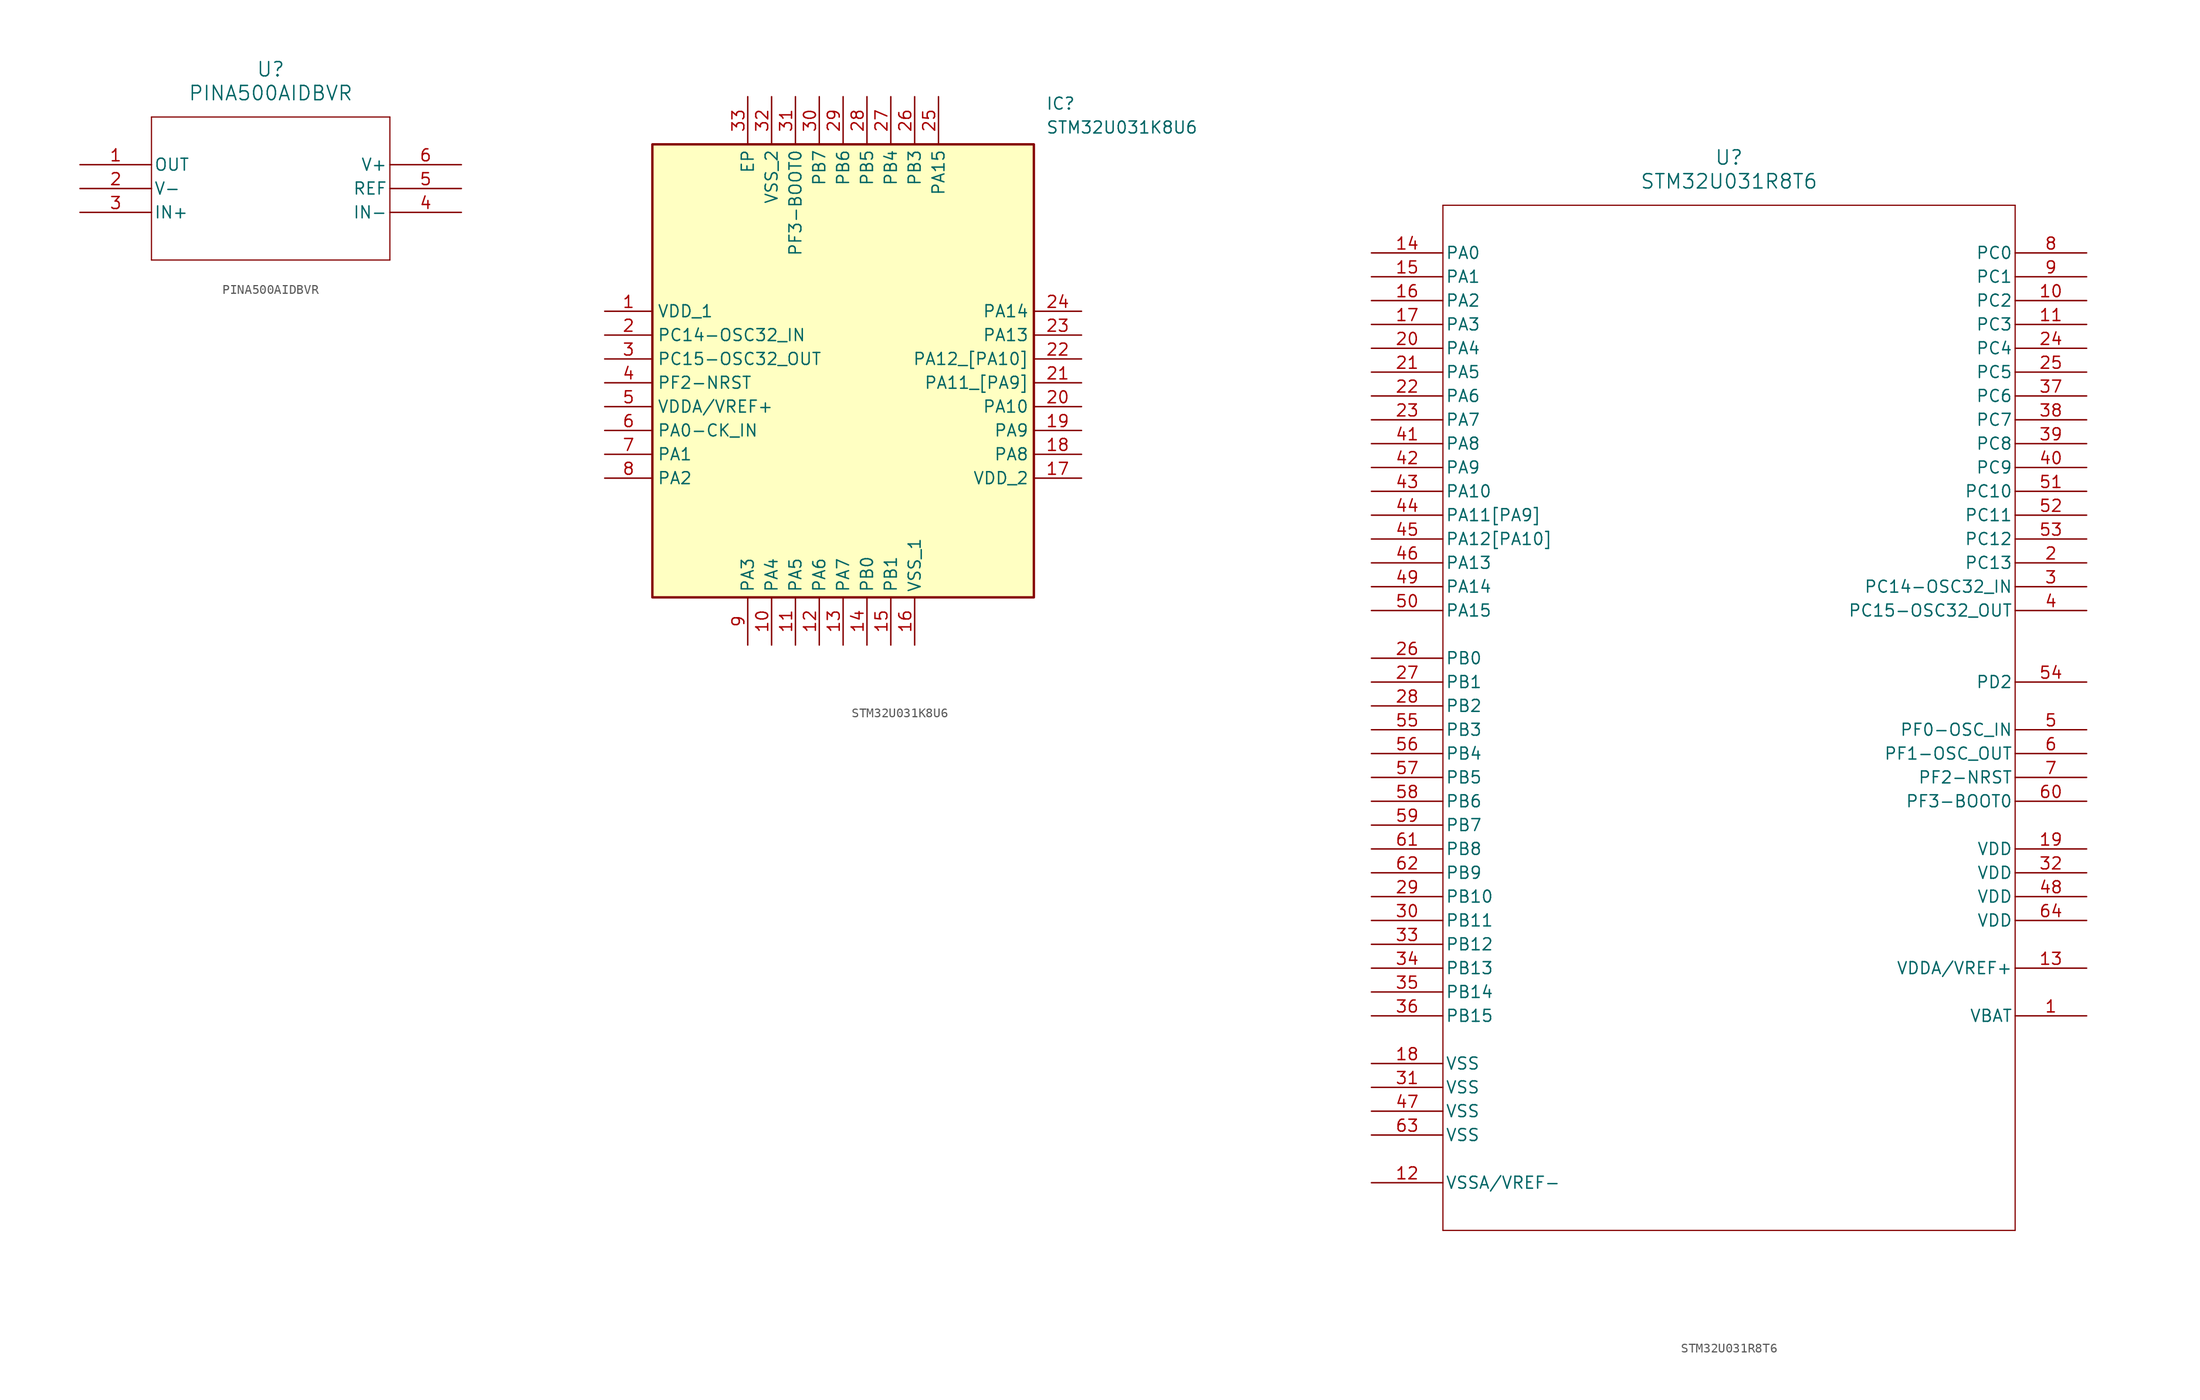
<source format=kicad_sym>
(kicad_symbol_lib
  (version 20231120)
  (generator "kicad_symbol_editor")
  (generator_version "8.0")
  (symbol "PINA500AIDBVR"
    (pin_names
      (offset 0.254))
    (property "Reference" "U"
      (at 20.32 10.16 0)
      (effects (font (size 1.524 1.524))))
    (property "Value" "PINA500AIDBVR"
      (at 20.32 7.62 0)
      (effects (font (size 1.524 1.524))))
    (property "ki_locked" ""
      (at 0 0 0)
      (effects (font (size 1.27 1.27))))
    (symbol "PINA500AIDBVR_0_1"
      (polyline (pts (xy 7.62 -10.16) (xy 33.02 -10.16)) (stroke (width 0.127) (type default)) (fill (type none)))
      (polyline (pts (xy 7.62 5.08) (xy 7.62 -10.16)) (stroke (width 0.127) (type default)) (fill (type none)))
      (polyline (pts (xy 33.02 -10.16) (xy 33.02 5.08)) (stroke (width 0.127) (type default)) (fill (type none)))
      (polyline (pts (xy 33.02 5.08) (xy 7.62 5.08)) (stroke (width 0.127) (type default)) (fill (type none)))
      (pin output line (at 0 0 0) (length 7.62) (name "OUT" (effects (font (size 1.27 1.27)))) (number "1" (effects (font (size 1.27 1.27)))))
      (pin power_in line (at 0 -2.54 0) (length 7.62) (name "V-" (effects (font (size 1.27 1.27)))) (number "2" (effects (font (size 1.27 1.27)))))
      (pin input line (at 0 -5.08 0) (length 7.62) (name "IN+" (effects (font (size 1.27 1.27)))) (number "3" (effects (font (size 1.27 1.27)))))
      (pin input line (at 40.64 -5.08 180) (length 7.62) (name "IN-" (effects (font (size 1.27 1.27)))) (number "4" (effects (font (size 1.27 1.27)))))
      (pin input line (at 40.64 -2.54 180) (length 7.62) (name "REF" (effects (font (size 1.27 1.27)))) (number "5" (effects (font (size 1.27 1.27)))))
      (pin power_in line (at 40.64 0 180) (length 7.62) (name "V+" (effects (font (size 1.27 1.27)))) (number "6" (effects (font (size 1.27 1.27)))))))
  (symbol "STM32U031K8U6"
    (property "Reference" "IC"
      (at 46.99 22.86 0)
      (effects (font (size 1.27 1.27)) (justify left top)))
    (property "Value" "STM32U031K8U6"
      (at 46.99 20.32 0)
      (effects (font (size 1.27 1.27)) (justify left top)))
    (symbol "STM32U031K8U6_1_1"
      (rectangle (start 5.08 17.78) (end 45.72 -30.48) (stroke (width 0.254) (type default)) (fill (type background)))
      (pin passive line (at 0 0 0) (length 5.08) (name "VDD_1" (effects (font (size 1.27 1.27)))) (number "1" (effects (font (size 1.27 1.27)))))
      (pin passive line (at 17.78 -35.56 90) (length 5.08) (name "PA4" (effects (font (size 1.27 1.27)))) (number "10" (effects (font (size 1.27 1.27)))))
      (pin passive line (at 20.32 -35.56 90) (length 5.08) (name "PA5" (effects (font (size 1.27 1.27)))) (number "11" (effects (font (size 1.27 1.27)))))
      (pin passive line (at 22.86 -35.56 90) (length 5.08) (name "PA6" (effects (font (size 1.27 1.27)))) (number "12" (effects (font (size 1.27 1.27)))))
      (pin passive line (at 25.4 -35.56 90) (length 5.08) (name "PA7" (effects (font (size 1.27 1.27)))) (number "13" (effects (font (size 1.27 1.27)))))
      (pin passive line (at 27.94 -35.56 90) (length 5.08) (name "PB0" (effects (font (size 1.27 1.27)))) (number "14" (effects (font (size 1.27 1.27)))))
      (pin passive line (at 30.48 -35.56 90) (length 5.08) (name "PB1" (effects (font (size 1.27 1.27)))) (number "15" (effects (font (size 1.27 1.27)))))
      (pin passive line (at 33.02 -35.56 90) (length 5.08) (name "VSS_1" (effects (font (size 1.27 1.27)))) (number "16" (effects (font (size 1.27 1.27)))))
      (pin passive line (at 50.8 -17.78 180) (length 5.08) (name "VDD_2" (effects (font (size 1.27 1.27)))) (number "17" (effects (font (size 1.27 1.27)))))
      (pin passive line (at 50.8 -15.24 180) (length 5.08) (name "PA8" (effects (font (size 1.27 1.27)))) (number "18" (effects (font (size 1.27 1.27)))))
      (pin passive line (at 50.8 -12.7 180) (length 5.08) (name "PA9" (effects (font (size 1.27 1.27)))) (number "19" (effects (font (size 1.27 1.27)))))
      (pin passive line (at 0 -2.54 0) (length 5.08) (name "PC14-OSC32_IN" (effects (font (size 1.27 1.27)))) (number "2" (effects (font (size 1.27 1.27)))))
      (pin passive line (at 50.8 -10.16 180) (length 5.08) (name "PA10" (effects (font (size 1.27 1.27)))) (number "20" (effects (font (size 1.27 1.27)))))
      (pin passive line (at 50.8 -7.62 180) (length 5.08) (name "PA11_[PA9]" (effects (font (size 1.27 1.27)))) (number "21" (effects (font (size 1.27 1.27)))))
      (pin passive line (at 50.8 -5.08 180) (length 5.08) (name "PA12_[PA10]" (effects (font (size 1.27 1.27)))) (number "22" (effects (font (size 1.27 1.27)))))
      (pin passive line (at 50.8 -2.54 180) (length 5.08) (name "PA13" (effects (font (size 1.27 1.27)))) (number "23" (effects (font (size 1.27 1.27)))))
      (pin passive line (at 50.8 0 180) (length 5.08) (name "PA14" (effects (font (size 1.27 1.27)))) (number "24" (effects (font (size 1.27 1.27)))))
      (pin passive line (at 35.56 22.86 270) (length 5.08) (name "PA15" (effects (font (size 1.27 1.27)))) (number "25" (effects (font (size 1.27 1.27)))))
      (pin passive line (at 33.02 22.86 270) (length 5.08) (name "PB3" (effects (font (size 1.27 1.27)))) (number "26" (effects (font (size 1.27 1.27)))))
      (pin passive line (at 30.48 22.86 270) (length 5.08) (name "PB4" (effects (font (size 1.27 1.27)))) (number "27" (effects (font (size 1.27 1.27)))))
      (pin passive line (at 27.94 22.86 270) (length 5.08) (name "PB5" (effects (font (size 1.27 1.27)))) (number "28" (effects (font (size 1.27 1.27)))))
      (pin passive line (at 25.4 22.86 270) (length 5.08) (name "PB6" (effects (font (size 1.27 1.27)))) (number "29" (effects (font (size 1.27 1.27)))))
      (pin passive line (at 0 -5.08 0) (length 5.08) (name "PC15-OSC32_OUT" (effects (font (size 1.27 1.27)))) (number "3" (effects (font (size 1.27 1.27)))))
      (pin passive line (at 22.86 22.86 270) (length 5.08) (name "PB7" (effects (font (size 1.27 1.27)))) (number "30" (effects (font (size 1.27 1.27)))))
      (pin passive line (at 20.32 22.86 270) (length 5.08) (name "PF3-BOOT0" (effects (font (size 1.27 1.27)))) (number "31" (effects (font (size 1.27 1.27)))))
      (pin passive line (at 17.78 22.86 270) (length 5.08) (name "VSS_2" (effects (font (size 1.27 1.27)))) (number "32" (effects (font (size 1.27 1.27)))))
      (pin passive line (at 15.24 22.86 270) (length 5.08) (name "EP" (effects (font (size 1.27 1.27)))) (number "33" (effects (font (size 1.27 1.27)))))
      (pin passive line (at 0 -7.62 0) (length 5.08) (name "PF2-NRST" (effects (font (size 1.27 1.27)))) (number "4" (effects (font (size 1.27 1.27)))))
      (pin passive line (at 0 -10.16 0) (length 5.08) (name "VDDA/VREF+" (effects (font (size 1.27 1.27)))) (number "5" (effects (font (size 1.27 1.27)))))
      (pin passive line (at 0 -12.7 0) (length 5.08) (name "PA0-CK_IN" (effects (font (size 1.27 1.27)))) (number "6" (effects (font (size 1.27 1.27)))))
      (pin passive line (at 0 -15.24 0) (length 5.08) (name "PA1" (effects (font (size 1.27 1.27)))) (number "7" (effects (font (size 1.27 1.27)))))
      (pin passive line (at 0 -17.78 0) (length 5.08) (name "PA2" (effects (font (size 1.27 1.27)))) (number "8" (effects (font (size 1.27 1.27)))))
      (pin passive line (at 15.24 -35.56 90) (length 5.08) (name "PA3" (effects (font (size 1.27 1.27)))) (number "9" (effects (font (size 1.27 1.27)))))))
  (symbol "STM32U031R8T6"
    (pin_names
      (offset 0.254))
    (property "Reference" "U"
      (at 38.1 10.16 0)
      (effects (font (size 1.524 1.524))))
    (property "Value" "STM32U031R8T6"
      (at 38.1 7.62 0)
      (effects (font (size 1.524 1.524))))
    (property "ki_locked" ""
      (at 0 0 0)
      (effects (font (size 1.27 1.27))))
    (symbol "STM32U031R8T6_0_1"
      (polyline (pts (xy 7.62 -104.14) (xy 68.58 -104.14)) (stroke (width 0.127) (type default)) (fill (type none)))
      (polyline (pts (xy 7.62 5.08) (xy 7.62 -104.14)) (stroke (width 0.127) (type default)) (fill (type none)))
      (polyline (pts (xy 68.58 -104.14) (xy 68.58 5.08)) (stroke (width 0.127) (type default)) (fill (type none)))
      (polyline (pts (xy 68.58 5.08) (xy 7.62 5.08)) (stroke (width 0.127) (type default)) (fill (type none)))
      (pin power_in line (at 76.2 -81.28 180) (length 7.62) (name "VBAT" (effects (font (size 1.27 1.27)))) (number "1" (effects (font (size 1.27 1.27)))))
      (pin bidirectional line (at 76.2 -5.08 180) (length 7.62) (name "PC2" (effects (font (size 1.27 1.27)))) (number "10" (effects (font (size 1.27 1.27)))))
      (pin bidirectional line (at 76.2 -7.62 180) (length 7.62) (name "PC3" (effects (font (size 1.27 1.27)))) (number "11" (effects (font (size 1.27 1.27)))))
      (pin power_in line (at 0 -99.06 0) (length 7.62) (name "VSSA/VREF-" (effects (font (size 1.27 1.27)))) (number "12" (effects (font (size 1.27 1.27)))))
      (pin power_in line (at 76.2 -76.2 180) (length 7.62) (name "VDDA/VREF+" (effects (font (size 1.27 1.27)))) (number "13" (effects (font (size 1.27 1.27)))))
      (pin bidirectional line (at 0 0 0) (length 7.62) (name "PA0" (effects (font (size 1.27 1.27)))) (number "14" (effects (font (size 1.27 1.27)))))
      (pin bidirectional line (at 0 -2.54 0) (length 7.62) (name "PA1" (effects (font (size 1.27 1.27)))) (number "15" (effects (font (size 1.27 1.27)))))
      (pin bidirectional line (at 0 -5.08 0) (length 7.62) (name "PA2" (effects (font (size 1.27 1.27)))) (number "16" (effects (font (size 1.27 1.27)))))
      (pin bidirectional line (at 0 -7.62 0) (length 7.62) (name "PA3" (effects (font (size 1.27 1.27)))) (number "17" (effects (font (size 1.27 1.27)))))
      (pin power_in line (at 0 -86.36 0) (length 7.62) (name "VSS" (effects (font (size 1.27 1.27)))) (number "18" (effects (font (size 1.27 1.27)))))
      (pin power_in line (at 76.2 -63.5 180) (length 7.62) (name "VDD" (effects (font (size 1.27 1.27)))) (number "19" (effects (font (size 1.27 1.27)))))
      (pin bidirectional line (at 76.2 -33.02 180) (length 7.62) (name "PC13" (effects (font (size 1.27 1.27)))) (number "2" (effects (font (size 1.27 1.27)))))
      (pin bidirectional line (at 0 -10.16 0) (length 7.62) (name "PA4" (effects (font (size 1.27 1.27)))) (number "20" (effects (font (size 1.27 1.27)))))
      (pin bidirectional line (at 0 -12.7 0) (length 7.62) (name "PA5" (effects (font (size 1.27 1.27)))) (number "21" (effects (font (size 1.27 1.27)))))
      (pin bidirectional line (at 0 -15.24 0) (length 7.62) (name "PA6" (effects (font (size 1.27 1.27)))) (number "22" (effects (font (size 1.27 1.27)))))
      (pin bidirectional line (at 0 -17.78 0) (length 7.62) (name "PA7" (effects (font (size 1.27 1.27)))) (number "23" (effects (font (size 1.27 1.27)))))
      (pin bidirectional line (at 76.2 -10.16 180) (length 7.62) (name "PC4" (effects (font (size 1.27 1.27)))) (number "24" (effects (font (size 1.27 1.27)))))
      (pin bidirectional line (at 76.2 -12.7 180) (length 7.62) (name "PC5" (effects (font (size 1.27 1.27)))) (number "25" (effects (font (size 1.27 1.27)))))
      (pin bidirectional line (at 0 -43.18 0) (length 7.62) (name "PB0" (effects (font (size 1.27 1.27)))) (number "26" (effects (font (size 1.27 1.27)))))
      (pin bidirectional line (at 0 -45.72 0) (length 7.62) (name "PB1" (effects (font (size 1.27 1.27)))) (number "27" (effects (font (size 1.27 1.27)))))
      (pin bidirectional line (at 0 -48.26 0) (length 7.62) (name "PB2" (effects (font (size 1.27 1.27)))) (number "28" (effects (font (size 1.27 1.27)))))
      (pin bidirectional line (at 0 -68.58 0) (length 7.62) (name "PB10" (effects (font (size 1.27 1.27)))) (number "29" (effects (font (size 1.27 1.27)))))
      (pin bidirectional line (at 76.2 -35.56 180) (length 7.62) (name "PC14-OSC32_IN" (effects (font (size 1.27 1.27)))) (number "3" (effects (font (size 1.27 1.27)))))
      (pin bidirectional line (at 0 -71.12 0) (length 7.62) (name "PB11" (effects (font (size 1.27 1.27)))) (number "30" (effects (font (size 1.27 1.27)))))
      (pin power_in line (at 0 -88.9 0) (length 7.62) (name "VSS" (effects (font (size 1.27 1.27)))) (number "31" (effects (font (size 1.27 1.27)))))
      (pin power_in line (at 76.2 -66.04 180) (length 7.62) (name "VDD" (effects (font (size 1.27 1.27)))) (number "32" (effects (font (size 1.27 1.27)))))
      (pin bidirectional line (at 0 -73.66 0) (length 7.62) (name "PB12" (effects (font (size 1.27 1.27)))) (number "33" (effects (font (size 1.27 1.27)))))
      (pin bidirectional line (at 0 -76.2 0) (length 7.62) (name "PB13" (effects (font (size 1.27 1.27)))) (number "34" (effects (font (size 1.27 1.27)))))
      (pin bidirectional line (at 0 -78.74 0) (length 7.62) (name "PB14" (effects (font (size 1.27 1.27)))) (number "35" (effects (font (size 1.27 1.27)))))
      (pin bidirectional line (at 0 -81.28 0) (length 7.62) (name "PB15" (effects (font (size 1.27 1.27)))) (number "36" (effects (font (size 1.27 1.27)))))
      (pin bidirectional line (at 76.2 -15.24 180) (length 7.62) (name "PC6" (effects (font (size 1.27 1.27)))) (number "37" (effects (font (size 1.27 1.27)))))
      (pin bidirectional line (at 76.2 -17.78 180) (length 7.62) (name "PC7" (effects (font (size 1.27 1.27)))) (number "38" (effects (font (size 1.27 1.27)))))
      (pin bidirectional line (at 76.2 -20.32 180) (length 7.62) (name "PC8" (effects (font (size 1.27 1.27)))) (number "39" (effects (font (size 1.27 1.27)))))
      (pin bidirectional line (at 76.2 -38.1 180) (length 7.62) (name "PC15-OSC32_OUT" (effects (font (size 1.27 1.27)))) (number "4" (effects (font (size 1.27 1.27)))))
      (pin bidirectional line (at 76.2 -22.86 180) (length 7.62) (name "PC9" (effects (font (size 1.27 1.27)))) (number "40" (effects (font (size 1.27 1.27)))))
      (pin bidirectional line (at 0 -20.32 0) (length 7.62) (name "PA8" (effects (font (size 1.27 1.27)))) (number "41" (effects (font (size 1.27 1.27)))))
      (pin bidirectional line (at 0 -22.86 0) (length 7.62) (name "PA9" (effects (font (size 1.27 1.27)))) (number "42" (effects (font (size 1.27 1.27)))))
      (pin bidirectional line (at 0 -25.4 0) (length 7.62) (name "PA10" (effects (font (size 1.27 1.27)))) (number "43" (effects (font (size 1.27 1.27)))))
      (pin bidirectional line (at 0 -27.94 0) (length 7.62) (name "PA11[PA9]" (effects (font (size 1.27 1.27)))) (number "44" (effects (font (size 1.27 1.27)))))
      (pin bidirectional line (at 0 -30.48 0) (length 7.62) (name "PA12[PA10]" (effects (font (size 1.27 1.27)))) (number "45" (effects (font (size 1.27 1.27)))))
      (pin bidirectional line (at 0 -33.02 0) (length 7.62) (name "PA13" (effects (font (size 1.27 1.27)))) (number "46" (effects (font (size 1.27 1.27)))))
      (pin power_in line (at 0 -91.44 0) (length 7.62) (name "VSS" (effects (font (size 1.27 1.27)))) (number "47" (effects (font (size 1.27 1.27)))))
      (pin power_in line (at 76.2 -68.58 180) (length 7.62) (name "VDD" (effects (font (size 1.27 1.27)))) (number "48" (effects (font (size 1.27 1.27)))))
      (pin bidirectional line (at 0 -35.56 0) (length 7.62) (name "PA14" (effects (font (size 1.27 1.27)))) (number "49" (effects (font (size 1.27 1.27)))))
      (pin bidirectional line (at 76.2 -50.8 180) (length 7.62) (name "PF0-OSC_IN" (effects (font (size 1.27 1.27)))) (number "5" (effects (font (size 1.27 1.27)))))
      (pin bidirectional line (at 0 -38.1 0) (length 7.62) (name "PA15" (effects (font (size 1.27 1.27)))) (number "50" (effects (font (size 1.27 1.27)))))
      (pin bidirectional line (at 76.2 -25.4 180) (length 7.62) (name "PC10" (effects (font (size 1.27 1.27)))) (number "51" (effects (font (size 1.27 1.27)))))
      (pin bidirectional line (at 76.2 -27.94 180) (length 7.62) (name "PC11" (effects (font (size 1.27 1.27)))) (number "52" (effects (font (size 1.27 1.27)))))
      (pin bidirectional line (at 76.2 -30.48 180) (length 7.62) (name "PC12" (effects (font (size 1.27 1.27)))) (number "53" (effects (font (size 1.27 1.27)))))
      (pin bidirectional line (at 76.2 -45.72 180) (length 7.62) (name "PD2" (effects (font (size 1.27 1.27)))) (number "54" (effects (font (size 1.27 1.27)))))
      (pin bidirectional line (at 0 -50.8 0) (length 7.62) (name "PB3" (effects (font (size 1.27 1.27)))) (number "55" (effects (font (size 1.27 1.27)))))
      (pin bidirectional line (at 0 -53.34 0) (length 7.62) (name "PB4" (effects (font (size 1.27 1.27)))) (number "56" (effects (font (size 1.27 1.27)))))
      (pin bidirectional line (at 0 -55.88 0) (length 7.62) (name "PB5" (effects (font (size 1.27 1.27)))) (number "57" (effects (font (size 1.27 1.27)))))
      (pin bidirectional line (at 0 -58.42 0) (length 7.62) (name "PB6" (effects (font (size 1.27 1.27)))) (number "58" (effects (font (size 1.27 1.27)))))
      (pin bidirectional line (at 0 -60.96 0) (length 7.62) (name "PB7" (effects (font (size 1.27 1.27)))) (number "59" (effects (font (size 1.27 1.27)))))
      (pin bidirectional line (at 76.2 -53.34 180) (length 7.62) (name "PF1-OSC_OUT" (effects (font (size 1.27 1.27)))) (number "6" (effects (font (size 1.27 1.27)))))
      (pin bidirectional line (at 76.2 -58.42 180) (length 7.62) (name "PF3-BOOT0" (effects (font (size 1.27 1.27)))) (number "60" (effects (font (size 1.27 1.27)))))
      (pin bidirectional line (at 0 -63.5 0) (length 7.62) (name "PB8" (effects (font (size 1.27 1.27)))) (number "61" (effects (font (size 1.27 1.27)))))
      (pin bidirectional line (at 0 -66.04 0) (length 7.62) (name "PB9" (effects (font (size 1.27 1.27)))) (number "62" (effects (font (size 1.27 1.27)))))
      (pin power_in line (at 0 -93.98 0) (length 7.62) (name "VSS" (effects (font (size 1.27 1.27)))) (number "63" (effects (font (size 1.27 1.27)))))
      (pin power_in line (at 76.2 -71.12 180) (length 7.62) (name "VDD" (effects (font (size 1.27 1.27)))) (number "64" (effects (font (size 1.27 1.27)))))
      (pin bidirectional line (at 76.2 -55.88 180) (length 7.62) (name "PF2-NRST" (effects (font (size 1.27 1.27)))) (number "7" (effects (font (size 1.27 1.27)))))
      (pin bidirectional line (at 76.2 0 180) (length 7.62) (name "PC0" (effects (font (size 1.27 1.27)))) (number "8" (effects (font (size 1.27 1.27)))))
      (pin bidirectional line (at 76.2 -2.54 180) (length 7.62) (name "PC1" (effects (font (size 1.27 1.27)))) (number "9" (effects (font (size 1.27 1.27))))))))
</source>
